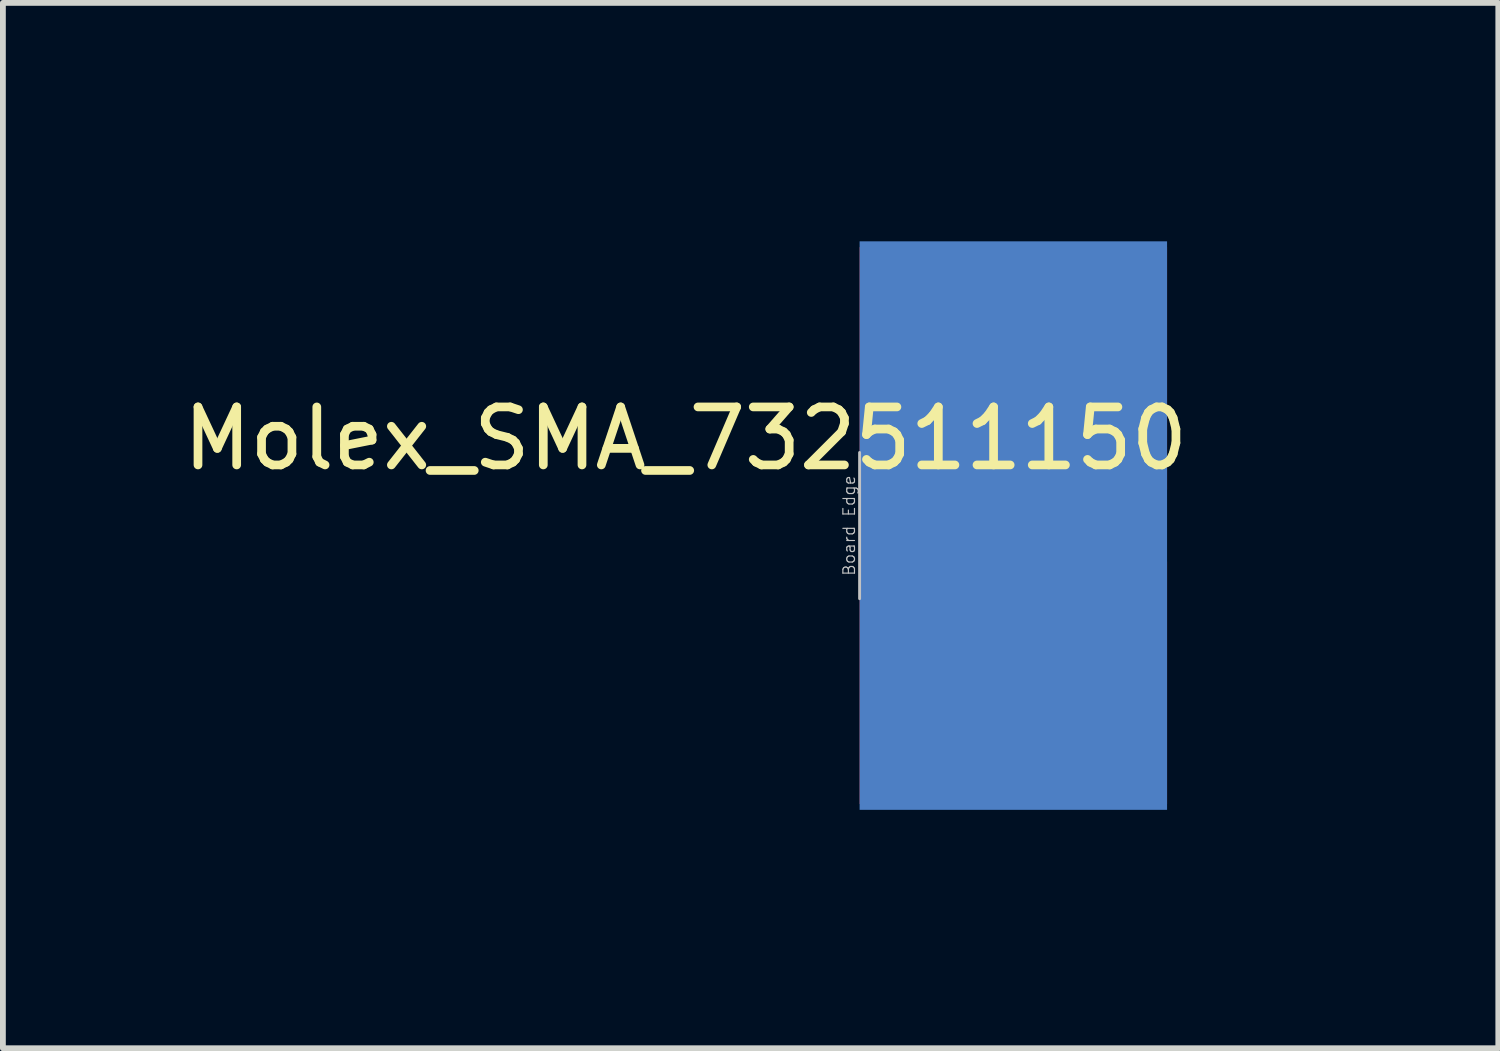
<source format=kicad_pcb>
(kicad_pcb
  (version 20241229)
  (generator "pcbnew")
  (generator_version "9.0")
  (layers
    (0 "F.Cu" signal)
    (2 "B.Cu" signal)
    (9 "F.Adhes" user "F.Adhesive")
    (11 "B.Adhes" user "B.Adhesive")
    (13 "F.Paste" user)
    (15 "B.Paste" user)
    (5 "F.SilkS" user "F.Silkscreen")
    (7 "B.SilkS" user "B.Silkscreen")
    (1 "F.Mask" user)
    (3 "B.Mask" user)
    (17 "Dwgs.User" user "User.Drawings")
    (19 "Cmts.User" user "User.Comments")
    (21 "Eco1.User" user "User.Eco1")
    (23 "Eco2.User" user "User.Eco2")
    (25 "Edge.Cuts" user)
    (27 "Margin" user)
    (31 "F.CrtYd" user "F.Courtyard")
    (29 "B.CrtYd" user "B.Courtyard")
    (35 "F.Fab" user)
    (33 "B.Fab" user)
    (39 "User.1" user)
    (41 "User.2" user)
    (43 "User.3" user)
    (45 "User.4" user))
  (footprint "Molex_SMA_732511150"
    (layer "F.Cu")
    (at 11.768 6.01)
    (property "Reference" "Molex_SMA_732511150" (at -3 -1.5 0) (unlocked yes) (layer "F.SilkS") (effects (font (size 1 1) (thickness 0.15))))
    (attr smd)
    (fp_rect (start 0 -4.8) (end 4.8 -3.7) (stroke (width 0) (type solid)) (fill yes) (layer "F.Mask"))
    (fp_rect (start 0 3.7) (end 4.8 4.8) (stroke (width 0) (type solid)) (fill yes) (layer "F.Mask"))
    (fp_rect (start 5.2 -0.6) (end 5.3 0.6) (stroke (width 0) (type solid)) (fill yes) (layer "F.Mask"))
    (fp_poly (pts (xy 5.3 -0.8) (xy 0 -1.2) (xy 0 -3.5) (xy 5.3 -3.5)) (stroke (width 0) (type solid)) (fill yes) (layer "F.Mask"))
    (fp_poly (pts (xy 5.3 0.8) (xy 0 1.2) (xy 0 3.5) (xy 5.3 3.5)) (stroke (width 0) (type solid)) (fill yes) (layer "F.Mask"))
    (fp_poly (pts (xy 5.3 -0.9) (xy 5.3 -0.3) (xy 5 -0.3) (xy 5 0.3) (xy 5.3 0.3) (xy 5.3 0.9) (xy 1.7 1.3) (xy 0 1.3) (xy 0 -1.3) (xy 1.7 -1.3)) (stroke (width 0) (type solid)) (fill yes) (layer "F.Mask"))
    (fp_rect (start 0 -4.8) (end 4.8 -3.7) (stroke (width 0) (type solid)) (fill yes) (layer "B.Mask"))
    (fp_rect (start 0 -3.5) (end 5.3 3.5) (stroke (width 0) (type solid)) (fill yes) (layer "B.Mask"))
    (fp_rect (start 0 3.7) (end 4.8 4.8) (stroke (width 0) (type solid)) (fill yes) (layer "B.Mask"))
    (fp_rect (start 0.3 -4) (end 4.4 -4.5) (stroke (width 0.25) (type solid)) (fill yes) (layer "F.Paste"))
    (fp_rect (start 0.3 4) (end 4.5 4.5) (stroke (width 0.25) (type solid)) (fill yes) (layer "F.Paste"))
    (fp_line (start 0 1.26) (end 0 -1.26) (stroke (width 0.05) (type solid)) (layer "Dwgs.User"))
    (fp_line (start -2.5 -1.889) (end -0.528 -1.889) (stroke (width 0.02) (type solid)) (layer "User.1"))
    (fp_line (start -2.5 -1.849) (end -0.528 -1.849) (stroke (width 0.02) (type solid)) (layer "User.1"))
    (fp_line (start -2.5 0.162) (end -0.528 0.162) (stroke (width 0.02) (type solid)) (layer "User.1"))
    (fp_line (start -2.5 0.42) (end -0.528 0.42) (stroke (width 0.02) (type solid)) (layer "User.1"))
    (fp_line (start -2.5 0.462) (end -0.528 0.462) (stroke (width 0.02) (type solid)) (layer "User.1"))
    (fp_line (start -2.5 1.889) (end -0.678 1.889) (stroke (width 0.02) (type solid)) (layer "User.1"))
    (fp_line (start -2.5 2.607) (end -1.671 2.607) (stroke (width 0.02) (type solid)) (layer "User.1"))
    (fp_line (start -2.5 2.643) (end -1.671 2.643) (stroke (width 0.02) (type solid)) (layer "User.1"))
    (fp_line (start -1.671 -4.763) (end -1.671 -2.643) (stroke (width 0.02) (type solid)) (layer "User.1"))
    (fp_line (start -1.671 -4.763) (end -1.671 -2.636) (stroke (width 0.02) (type solid)) (layer "User.1"))
    (fp_line (start -1.671 -4.763) (end -1.671 -2.607) (stroke (width 0.02) (type solid)) (layer "User.1"))
    (fp_line (start -1.671 -2.636) (end -2.5 -2.636) (stroke (width 0.02) (type solid)) (layer "User.1"))
    (fp_line (start -1.671 2.607) (end -1.671 4.763) (stroke (width 0.02) (type solid)) (layer "User.1"))
    (fp_line (start -1.671 2.636) (end -1.671 4.763) (stroke (width 0.02) (type solid)) (layer "User.1"))
    (fp_line (start -1.671 2.643) (end -1.671 4.763) (stroke (width 0.02) (type solid)) (layer "User.1"))
    (fp_line (start -1.671 4.763) (end -0.02 4.763) (stroke (width 0.02) (type solid)) (layer "User.1"))
    (fp_line (start -1.671 4.763) (end -0.02 4.763) (stroke (width 0.02) (type solid)) (layer "User.1"))
    (fp_line (start -1.671 4.763) (end -0.02 4.763) (stroke (width 0.02) (type solid)) (layer "User.1"))
    (fp_line (start -0.678 1.849) (end -0.678 -1.849) (stroke (width 0.02) (type solid)) (layer "User.1"))
    (fp_line (start -0.678 1.889) (end -0.678 -1.889) (stroke (width 0.02) (type solid)) (layer "User.1"))
    (fp_line (start -0.678 1.899) (end -0.678 -1.899) (stroke (width 0.02) (type solid)) (layer "User.1"))
    (fp_line (start -0.528 -3.747) (end -0.02 -3.747) (stroke (width 0.02) (type solid)) (layer "User.1"))
    (fp_line (start -0.528 -3.747) (end -0.02 -3.747) (stroke (width 0.02) (type solid)) (layer "User.1"))
    (fp_line (start -0.528 -3.747) (end -0.02 -3.747) (stroke (width 0.02) (type solid)) (layer "User.1"))
    (fp_line (start -0.528 -1.899) (end -0.528 -3.747) (stroke (width 0.02) (type solid)) (layer "User.1"))
    (fp_line (start -0.528 -1.889) (end -0.528 -3.747) (stroke (width 0.02) (type solid)) (layer "User.1"))
    (fp_line (start -0.528 -1.849) (end -0.528 -3.747) (stroke (width 0.02) (type solid)) (layer "User.1"))
    (fp_line (start -0.528 -0.462) (end -2.5 -0.462) (stroke (width 0.02) (type solid)) (layer "User.1"))
    (fp_line (start -0.528 -0.42) (end -2.5 -0.42) (stroke (width 0.02) (type solid)) (layer "User.1"))
    (fp_line (start -0.528 -0.162) (end -2.5 -0.162) (stroke (width 0.02) (type solid)) (layer "User.1"))
    (fp_line (start -0.528 0.162) (end -0.528 -0.162) (stroke (width 0.02) (type solid)) (layer "User.1"))
    (fp_line (start -0.528 0.42) (end -0.528 -0.42) (stroke (width 0.02) (type solid)) (layer "User.1"))
    (fp_line (start -0.528 0.462) (end -0.528 -0.462) (stroke (width 0.02) (type solid)) (layer "User.1"))
    (fp_line (start -0.528 1.849) (end -2.5 1.849) (stroke (width 0.02) (type solid)) (layer "User.1"))
    (fp_line (start -0.528 3.747) (end -0.528 1.849) (stroke (width 0.02) (type solid)) (layer "User.1"))
    (fp_line (start -0.528 3.747) (end -0.528 1.889) (stroke (width 0.02) (type solid)) (layer "User.1"))
    (fp_line (start -0.528 3.747) (end -0.528 1.899) (stroke (width 0.02) (type solid)) (layer "User.1"))
    (fp_line (start -0.02 -4.763) (end -1.671 -4.763) (stroke (width 0.02) (type solid)) (layer "User.1"))
    (fp_line (start -0.02 -4.763) (end -1.671 -4.763) (stroke (width 0.02) (type solid)) (layer "User.1"))
    (fp_line (start -0.02 -4.763) (end -1.671 -4.763) (stroke (width 0.02) (type solid)) (layer "User.1"))
    (fp_line (start -0.02 -3.747) (end -0.02 -4.763) (stroke (width 0.02) (type solid)) (layer "User.1"))
    (fp_line (start -0.02 -3.747) (end -0.02 -4.763) (stroke (width 0.02) (type solid)) (layer "User.1"))
    (fp_line (start -0.02 -3.747) (end -0.02 -4.763) (stroke (width 0.02) (type solid)) (layer "User.1"))
    (fp_line (start -0.02 3.747) (end -0.528 3.747) (stroke (width 0.02) (type solid)) (layer "User.1"))
    (fp_line (start -0.02 3.747) (end -0.528 3.747) (stroke (width 0.02) (type solid)) (layer "User.1"))
    (fp_line (start -0.02 3.747) (end -0.528 3.747) (stroke (width 0.02) (type solid)) (layer "User.1"))
    (fp_line (start -0.02 4.763) (end -0.02 3.747) (stroke (width 0.02) (type solid)) (layer "User.1"))
    (fp_line (start -0.02 4.763) (end -0.02 3.747) (stroke (width 0.02) (type solid)) (layer "User.1"))
    (fp_line (start -0.02 4.763) (end -0.02 3.747) (stroke (width 0.02) (type solid)) (layer "User.1"))
    (fp_line (start 0 -6) (end 0 -1.5) (stroke (width 0.02) (type solid)) (layer "User.1"))
    (fp_line (start 0 -6) (end 0 -0.95) (stroke (width 0.02) (type solid)) (layer "User.1"))
    (fp_line (start 0 -6) (end 0 -0.95) (stroke (width 0.02) (type solid)) (layer "User.1"))
    (fp_line (start 0 -6) (end 0 6) (stroke (width 0.02) (type solid)) (layer "User.1"))
    (fp_line (start 0 -6) (end 0 6) (stroke (width 0.02) (type solid)) (layer "User.1"))
    (fp_line (start 0 -4.8) (end 0 -3.7) (stroke (width 0.02) (type solid)) (layer "User.1"))
    (fp_line (start 0 -3.7) (end 4.5 -3.7) (stroke (width 0.02) (type solid)) (layer "User.1"))
    (fp_line (start 0 -1.5) (end 3 -1.5) (stroke (width 0.02) (type solid)) (layer "User.1"))
    (fp_line (start 0 -0.95) (end 1.584 -0.95) (stroke (width 0.02) (type solid)) (layer "User.1"))
    (fp_line (start 0 -0.95) (end 1.584 -0.95) (stroke (width 0.02) (type solid)) (layer "User.1"))
    (fp_line (start 0 -0.65) (end 0 0.65) (stroke (width 0.02) (type solid)) (layer "User.1"))
    (fp_line (start 0 -0.65) (end 0 0.65) (stroke (width 0.02) (type solid)) (layer "User.1"))
    (fp_line (start 0 -0.35) (end 0 0.35) (stroke (width 0.02) (type solid)) (layer "User.1"))
    (fp_line (start 0 -0.105) (end 0 0.105) (stroke (width 0.02) (type solid)) (layer "User.1"))
    (fp_line (start 0 -0.105) (end 0 0.105) (stroke (width 0.02) (type solid)) (layer "User.1"))
    (fp_line (start 0 0.105) (end 8 0.105) (stroke (width 0.02) (type solid)) (layer "User.1"))
    (fp_line (start 0 0.35) (end 4.7 0.35) (stroke (width 0.02) (type solid)) (layer "User.1"))
    (fp_line (start 0 0.65) (end 1.571 0.65) (stroke (width 0.02) (type solid)) (layer "User.1"))
    (fp_line (start 0 0.65) (end 1.571 0.65) (stroke (width 0.02) (type solid)) (layer "User.1"))
    (fp_line (start 0 0.95) (end 0 6) (stroke (width 0.02) (type solid)) (layer "User.1"))
    (fp_line (start 0 0.95) (end 0 6) (stroke (width 0.02) (type solid)) (layer "User.1"))
    (fp_line (start 0 1.5) (end 0 6) (stroke (width 0.02) (type solid)) (layer "User.1"))
    (fp_line (start 0 3.7) (end 0 4.8) (stroke (width 0.02) (type solid)) (layer "User.1"))
    (fp_line (start 0 4.8) (end 4.5 4.8) (stroke (width 0.02) (type solid)) (layer "User.1"))
    (fp_line (start 1.571 -0.65) (end 0 -0.65) (stroke (width 0.02) (type solid)) (layer "User.1"))
    (fp_line (start 1.571 -0.65) (end 0 -0.65) (stroke (width 0.02) (type solid)) (layer "User.1"))
    (fp_line (start 1.571 0.65) (end 5 0.35) (stroke (width 0.02) (type solid)) (layer "User.1"))
    (fp_line (start 1.571 0.65) (end 5 0.35) (stroke (width 0.02) (type solid)) (layer "User.1"))
    (fp_line (start 1.584 -0.95) (end 5.3 -0.625) (stroke (width 0.02) (type solid)) (layer "User.1"))
    (fp_line (start 1.584 -0.95) (end 5.3 -0.625) (stroke (width 0.02) (type solid)) (layer "User.1"))
    (fp_line (start 1.584 0.95) (end 0 0.95) (stroke (width 0.02) (type solid)) (layer "User.1"))
    (fp_line (start 1.584 0.95) (end 0 0.95) (stroke (width 0.02) (type solid)) (layer "User.1"))
    (fp_line (start 3 -1.5) (end 6.42 -0.15) (stroke (width 0.02) (type solid)) (layer "User.1"))
    (fp_line (start 3 1.5) (end 0 1.5) (stroke (width 0.02) (type solid)) (layer "User.1"))
    (fp_line (start 4.5 -4.8) (end 0 -4.8) (stroke (width 0.02) (type solid)) (layer "User.1"))
    (fp_line (start 4.5 -3.7) (end 4.5 -4.8) (stroke (width 0.02) (type solid)) (layer "User.1"))
    (fp_line (start 4.5 3.7) (end 0 3.7) (stroke (width 0.02) (type solid)) (layer "User.1"))
    (fp_line (start 4.5 4.8) (end 4.5 3.7) (stroke (width 0.02) (type solid)) (layer "User.1"))
    (fp_line (start 4.7 -0.35) (end 0 -0.35) (stroke (width 0.02) (type solid)) (layer "User.1"))
    (fp_line (start 4.7 0.35) (end 4.7 -0.35) (stroke (width 0.02) (type solid)) (layer "User.1"))
    (fp_line (start 5 -0.35) (end 1.571 -0.65) (stroke (width 0.02) (type solid)) (layer "User.1"))
    (fp_line (start 5 -0.35) (end 1.571 -0.65) (stroke (width 0.02) (type solid)) (layer "User.1"))
    (fp_line (start 5 0.35) (end 5 -0.35) (stroke (width 0.02) (type solid)) (layer "User.1"))
    (fp_line (start 5 0.35) (end 5 -0.35) (stroke (width 0.02) (type solid)) (layer "User.1"))
    (fp_line (start 5.3 -0.625) (end 5.3 -0.355) (stroke (width 0.02) (type solid)) (layer "User.1"))
    (fp_line (start 5.3 -0.625) (end 5.3 -0.355) (stroke (width 0.02) (type solid)) (layer "User.1"))
    (fp_line (start 5.3 -0.355) (end 8 -0.355) (stroke (width 0.02) (type solid)) (layer "User.1"))
    (fp_line (start 5.3 0.355) (end 5.3 0.625) (stroke (width 0.02) (type solid)) (layer "User.1"))
    (fp_line (start 5.3 0.355) (end 5.3 0.625) (stroke (width 0.02) (type solid)) (layer "User.1"))
    (fp_line (start 5.3 0.625) (end 1.584 0.95) (stroke (width 0.02) (type solid)) (layer "User.1"))
    (fp_line (start 5.3 0.625) (end 1.584 0.95) (stroke (width 0.02) (type solid)) (layer "User.1"))
    (fp_line (start 6.42 -0.15) (end 6.42 0.15) (stroke (width 0.02) (type solid)) (layer "User.1"))
    (fp_line (start 6.42 0.15) (end 3 1.5) (stroke (width 0.02) (type solid)) (layer "User.1"))
    (fp_line (start 8 -0.105) (end 0 -0.105) (stroke (width 0.02) (type solid)) (layer "User.1"))
    (fp_line (start 8 0.355) (end 5.3 0.355) (stroke (width 0.02) (type solid)) (layer "User.1"))
    (fp_circle (center 0.65 -5.255) (end 0.775 -5.255) (stroke (width 0.02) (type solid)) (fill no) (layer "User.1"))
    (fp_circle (center 0.65 -5.255) (end 1.025 -5.255) (stroke (width 0.02) (type solid)) (fill no) (layer "User.1"))
    (fp_circle (center 0.65 -5.255) (end 1.025 -5.255) (stroke (width 0.02) (type solid)) (fill no) (layer "User.1"))
    (fp_circle (center 0.65 -3.255) (end 0.775 -3.255) (stroke (width 0.02) (type solid)) (fill no) (layer "User.1"))
    (fp_circle (center 0.65 -3.255) (end 1.025 -3.255) (stroke (width 0.02) (type solid)) (fill no) (layer "User.1"))
    (fp_circle (center 0.65 -3.255) (end 1.025 -3.255) (stroke (width 0.02) (type solid)) (fill no) (layer "User.1"))
    (fp_circle (center 0.65 3.255) (end 0.775 3.255) (stroke (width 0.02) (type solid)) (fill no) (layer "User.1"))
    (fp_circle (center 0.65 3.255) (end 1.025 3.255) (stroke (width 0.02) (type solid)) (fill no) (layer "User.1"))
    (fp_circle (center 0.65 3.255) (end 1.025 3.255) (stroke (width 0.02) (type solid)) (fill no) (layer "User.1"))
    (fp_circle (center 0.65 5.255) (end 0.775 5.255) (stroke (width 0.02) (type solid)) (fill no) (layer "User.1"))
    (fp_circle (center 0.65 5.255) (end 1.025 5.255) (stroke (width 0.02) (type solid)) (fill no) (layer "User.1"))
    (fp_circle (center 0.65 5.255) (end 1.025 5.255) (stroke (width 0.02) (type solid)) (fill no) (layer "User.1"))
    (fp_circle (center 1.5 -2.755) (end 1.625 -2.755) (stroke (width 0.02) (type solid)) (fill no) (layer "User.1"))
    (fp_circle (center 1.5 -2.755) (end 1.875 -2.755) (stroke (width 0.02) (type solid)) (fill no) (layer "User.1"))
    (fp_circle (center 1.5 -2.755) (end 1.875 -2.755) (stroke (width 0.02) (type solid)) (fill no) (layer "User.1"))
    (fp_circle (center 1.5 2.755) (end 1.625 2.755) (stroke (width 0.02) (type solid)) (fill no) (layer "User.1"))
    (fp_circle (center 1.5 2.755) (end 1.875 2.755) (stroke (width 0.02) (type solid)) (fill no) (layer "User.1"))
    (fp_circle (center 1.5 2.755) (end 1.875 2.755) (stroke (width 0.02) (type solid)) (fill no) (layer "User.1"))
    (fp_circle (center 2.35 -2.255) (end 2.475 -2.255) (stroke (width 0.02) (type solid)) (fill no) (layer "User.1"))
    (fp_circle (center 2.35 -2.255) (end 2.725 -2.255) (stroke (width 0.02) (type solid)) (fill no) (layer "User.1"))
    (fp_circle (center 2.35 -2.255) (end 2.725 -2.255) (stroke (width 0.02) (type solid)) (fill no) (layer "User.1"))
    (fp_circle (center 2.35 2.255) (end 2.475 2.255) (stroke (width 0.02) (type solid)) (fill no) (layer "User.1"))
    (fp_circle (center 2.35 2.255) (end 2.725 2.255) (stroke (width 0.02) (type solid)) (fill no) (layer "User.1"))
    (fp_circle (center 2.35 2.255) (end 2.725 2.255) (stroke (width 0.02) (type solid)) (fill no) (layer "User.1"))
    (fp_circle (center 3.2 -1.755) (end 3.325 -1.755) (stroke (width 0.02) (type solid)) (fill no) (layer "User.1"))
    (fp_circle (center 3.2 -1.755) (end 3.575 -1.755) (stroke (width 0.02) (type solid)) (fill no) (layer "User.1"))
    (fp_circle (center 3.2 -1.755) (end 3.575 -1.755) (stroke (width 0.02) (type solid)) (fill no) (layer "User.1"))
    (fp_circle (center 3.2 1.755) (end 3.325 1.755) (stroke (width 0.02) (type solid)) (fill no) (layer "User.1"))
    (fp_circle (center 3.2 1.755) (end 3.575 1.755) (stroke (width 0.02) (type solid)) (fill no) (layer "User.1"))
    (fp_circle (center 3.2 1.755) (end 3.575 1.755) (stroke (width 0.02) (type solid)) (fill no) (layer "User.1"))
    (fp_circle (center 4.05 -1.455) (end 4.175 -1.455) (stroke (width 0.02) (type solid)) (fill no) (layer "User.1"))
    (fp_circle (center 4.05 -1.455) (end 4.425 -1.455) (stroke (width 0.02) (type solid)) (fill no) (layer "User.1"))
    (fp_circle (center 4.05 -1.455) (end 4.425 -1.455) (stroke (width 0.02) (type solid)) (fill no) (layer "User.1"))
    (fp_circle (center 4.05 1.455) (end 4.175 1.455) (stroke (width 0.02) (type solid)) (fill no) (layer "User.1"))
    (fp_circle (center 4.05 1.455) (end 4.425 1.455) (stroke (width 0.02) (type solid)) (fill no) (layer "User.1"))
    (fp_circle (center 4.05 1.455) (end 4.425 1.455) (stroke (width 0.02) (type solid)) (fill no) (layer "User.1"))
    (fp_circle (center 4.9 -4.255) (end 5.025 -4.255) (stroke (width 0.02) (type solid)) (fill no) (layer "User.1"))
    (fp_circle (center 4.9 -4.255) (end 5.275 -4.255) (stroke (width 0.02) (type solid)) (fill no) (layer "User.1"))
    (fp_circle (center 4.9 -4.255) (end 5.275 -4.255) (stroke (width 0.02) (type solid)) (fill no) (layer "User.1"))
    (fp_circle (center 4.9 -1.155) (end 5.025 -1.155) (stroke (width 0.02) (type solid)) (fill no) (layer "User.1"))
    (fp_circle (center 4.9 -1.155) (end 5.275 -1.155) (stroke (width 0.02) (type solid)) (fill no) (layer "User.1"))
    (fp_circle (center 4.9 -1.155) (end 5.275 -1.155) (stroke (width 0.02) (type solid)) (fill no) (layer "User.1"))
    (fp_circle (center 4.9 1.155) (end 5.025 1.155) (stroke (width 0.02) (type solid)) (fill no) (layer "User.1"))
    (fp_circle (center 4.9 1.155) (end 5.275 1.155) (stroke (width 0.02) (type solid)) (fill no) (layer "User.1"))
    (fp_circle (center 4.9 1.155) (end 5.275 1.155) (stroke (width 0.02) (type solid)) (fill no) (layer "User.1"))
    (fp_circle (center 4.9 4.255) (end 5.025 4.255) (stroke (width 0.02) (type solid)) (fill no) (layer "User.1"))
    (fp_circle (center 4.9 4.255) (end 5.275 4.255) (stroke (width 0.02) (type solid)) (fill no) (layer "User.1"))
    (fp_circle (center 4.9 4.255) (end 5.275 4.255) (stroke (width 0.02) (type solid)) (fill no) (layer "User.1"))
    (fp_circle (center 5.75 -0.855) (end 5.875 -0.855) (stroke (width 0.02) (type solid)) (fill no) (layer "User.1"))
    (fp_circle (center 5.75 -0.855) (end 6.125 -0.855) (stroke (width 0.02) (type solid)) (fill no) (layer "User.1"))
    (fp_circle (center 5.75 -0.855) (end 6.125 -0.855) (stroke (width 0.02) (type solid)) (fill no) (layer "User.1"))
    (fp_circle (center 5.75 0.855) (end 5.875 0.855) (stroke (width 0.02) (type solid)) (fill no) (layer "User.1"))
    (fp_circle (center 5.75 0.855) (end 6.125 0.855) (stroke (width 0.02) (type solid)) (fill no) (layer "User.1"))
    (fp_circle (center 5.75 0.855) (end 6.125 0.855) (stroke (width 0.02) (type solid)) (fill no) (layer "User.1"))
    (fp_circle (center 6.6 -0.755) (end 6.725 -0.755) (stroke (width 0.02) (type solid)) (fill no) (layer "User.1"))
    (fp_circle (center 6.6 -0.755) (end 6.975 -0.755) (stroke (width 0.02) (type solid)) (fill no) (layer "User.1"))
    (fp_circle (center 6.6 -0.755) (end 6.975 -0.755) (stroke (width 0.02) (type solid)) (fill no) (layer "User.1"))
    (fp_circle (center 6.6 0.755) (end 6.725 0.755) (stroke (width 0.02) (type solid)) (fill no) (layer "User.1"))
    (fp_circle (center 6.6 0.755) (end 6.975 0.755) (stroke (width 0.02) (type solid)) (fill no) (layer "User.1"))
    (fp_circle (center 6.6 0.755) (end 6.975 0.755) (stroke (width 0.02) (type solid)) (fill no) (layer "User.1"))
    (fp_circle (center 7.45 -0.755) (end 7.575 -0.755) (stroke (width 0.02) (type solid)) (fill no) (layer "User.1"))
    (fp_circle (center 7.45 -0.755) (end 7.825 -0.755) (stroke (width 0.02) (type solid)) (fill no) (layer "User.1"))
    (fp_circle (center 7.45 -0.755) (end 7.825 -0.755) (stroke (width 0.02) (type solid)) (fill no) (layer "User.1"))
    (fp_circle (center 7.45 0.755) (end 7.575 0.755) (stroke (width 0.02) (type solid)) (fill no) (layer "User.1"))
    (fp_circle (center 7.45 0.755) (end 7.825 0.755) (stroke (width 0.02) (type solid)) (fill no) (layer "User.1"))
    (fp_circle (center 7.45 0.755) (end 7.825 0.755) (stroke (width 0.02) (type solid)) (fill no) (layer "User.1"))
    (fp_line (start 0 -1.26) (end 3 -1.26) (stroke (width 0.02) (type solid)) (layer "User.2"))
    (fp_line (start 3 -1.26) (end 6.63 -0.15) (stroke (width 0.02) (type solid)) (layer "User.2"))
    (fp_line (start 3 1.26) (end 0 1.26) (stroke (width 0.02) (type solid)) (layer "User.2"))
    (fp_line (start 6.63 -0.15) (end 6.63 0.15) (stroke (width 0.02) (type solid)) (layer "User.2"))
    (fp_line (start 6.63 0.15) (end 3 1.26) (stroke (width 0.02) (type solid)) (layer "User.2"))
    (fp_text user "Board Edge" (at -0.18 0 90) (unlocked yes) (layer "Dwgs.User") (effects (font (size 0.2 0.2) (thickness 0.02))))
    (fp_text user "Keepout for all inner Cu layers" (at 0.2 -1.5 0) (unlocked yes) (layer "User.2") (effects (font (size 0.2 0.2) (thickness 0.02)) (justify left)))
    (pad "1" smd custom (at 4.81 0) (size 0.2 0.2) (layers "F.Cu" "F.Mask" "F.Paste") (options (anchor rect)) (primitives (gr_poly (pts (xy 0.19 -0.35) (xy 0.19 0.35) (xy -3.24 0.65) (xy -4.81 0.65) (xy -4.81 -0.65) (xy -3.24 -0.65)) (width 0) (fill yes))))
    (pad "2" smd custom (at 0.64 -1.3) (size 0.5 0.5) (layers "F.Cu") (options (anchor rect)) (primitives (gr_rect (start -0.64 -3.5) (end 4.66 0.2) (width 0) (fill yes)) (gr_poly (pts (xy 4.66 0.2) (xy 4.66 0.68) (xy 0.94 0.35) (xy -0.64 0.35) (xy -0.64 0.2)) (width 0) (fill yes))))
    (pad "2" smd custom (at 0.7 1.31) (size 0.5 0.5) (layers "F.Cu") (options (anchor rect)) (primitives (gr_rect (start -0.7 -0.21) (end 4.6 3.49) (width 0) (fill yes)) (gr_poly (pts (xy 4.6 -0.21) (xy 4.6 -0.69) (xy 0.88 -0.36) (xy -0.7 -0.36) (xy -0.7 -0.21)) (width 0) (fill yes))))
    (pad "2" smd rect (at 2.65 0) (size 5.3 9.8) (layers "B.Cu"))
    (zone (net_name "") (layer "F.Cu") (hatch edge 0.508) (connect_pads) (min_thickness 0.254) (filled_areas_thickness no) (keepout (tracks allowed) (vias allowed) (pads allowed) (copperpour not_allowed) (footprints allowed)) (placement (enabled no)) (fill) (polygon (pts (xy 17.068 5.39) (xy 17.068 6.63) (xy 13.348 6.96) (xy 11.738 6.96) (xy 11.738 6.66) (xy 13.338 6.66) (xy 16.768 6.36) (xy 16.768 5.66) (xy 13.338 5.36) (xy 11.738 5.36) (xy 11.738 5.06) (xy 13.348 5.06))))
    (zone (net_name "") (layer "In1.Cu") (hatch edge 0.508) (connect_pads) (min_thickness 0.254) (filled_areas_thickness no) (keepout (tracks not_allowed) (vias not_allowed) (pads not_allowed) (copperpour not_allowed) (footprints not_allowed)) (placement (enabled no)) (fill) (polygon (pts (xy 18.188 5.86) (xy 18.188 6.16) (xy 14.768 7.51) (xy 11.768 7.51) (xy 11.768 4.51) (xy 14.768 4.51)))))
  (gr_rect
    (start -3 -3)
    (end 22.778 15.02)
    (stroke (width 0.1) (type default))
    (fill no)
    (layer "Edge.Cuts")))
</source>
